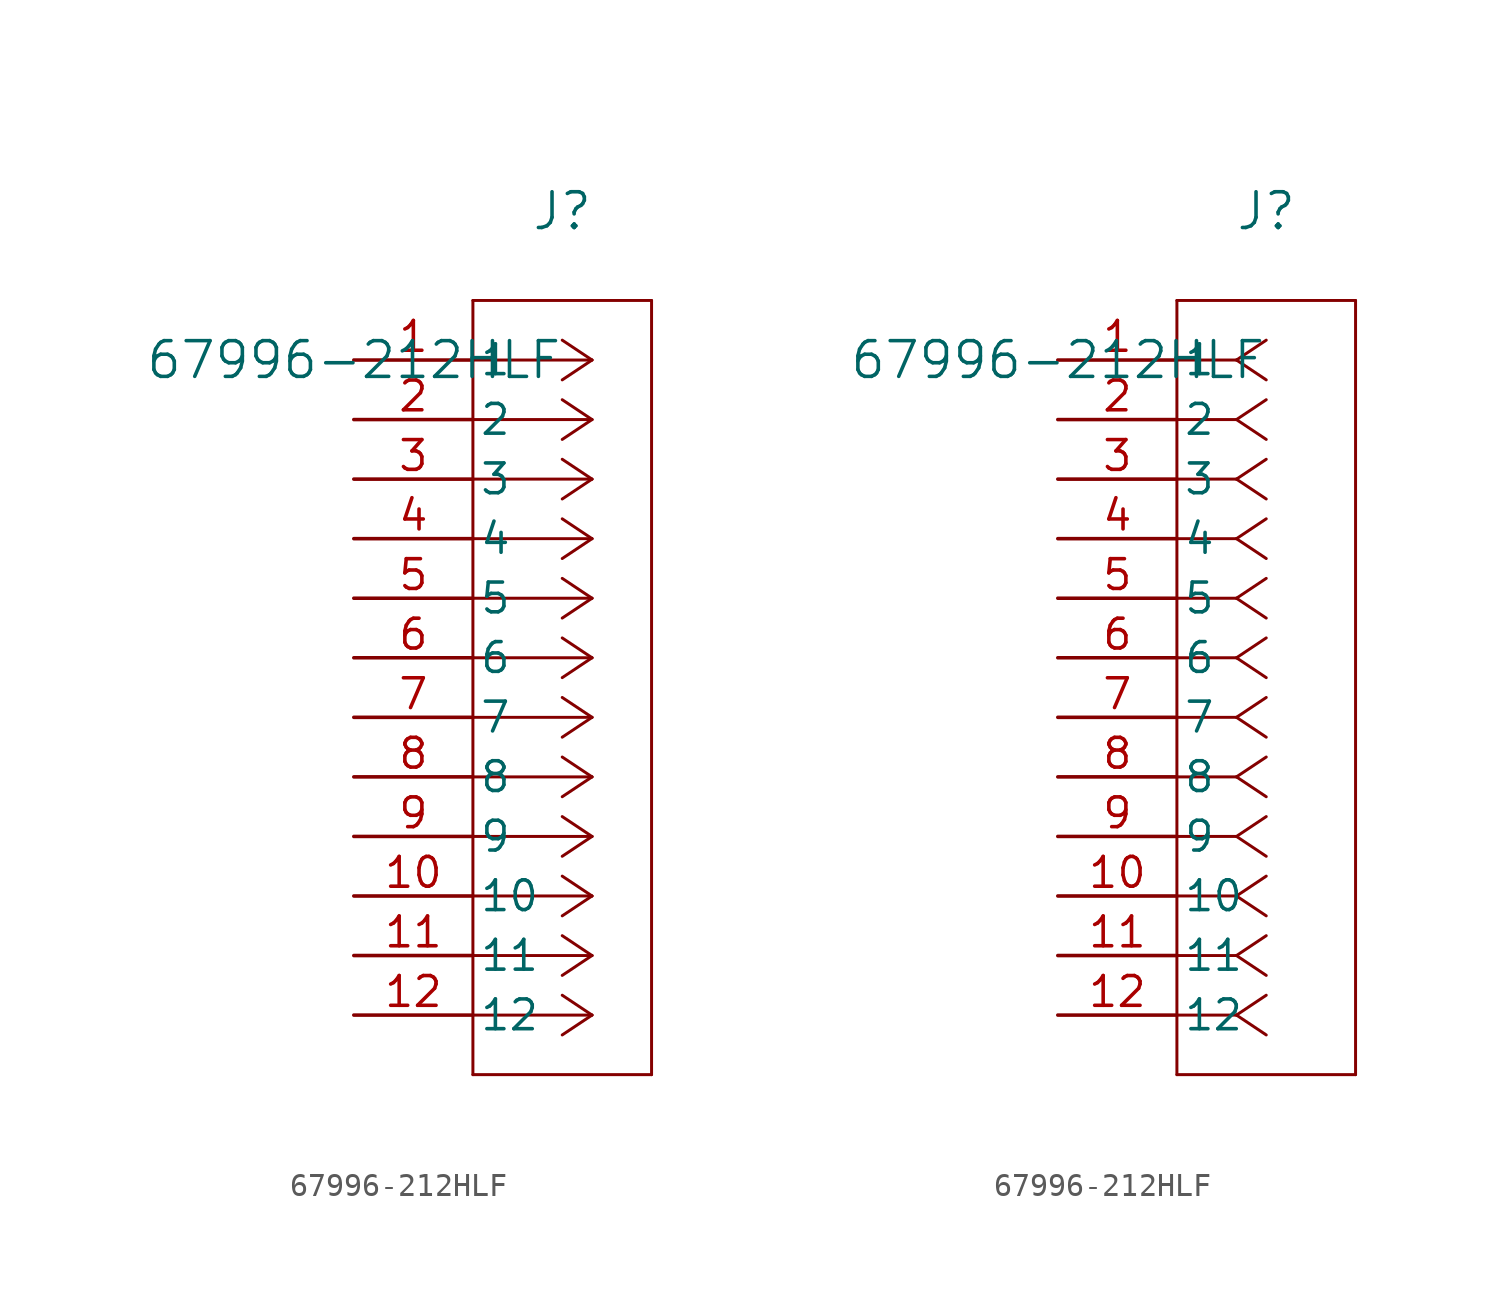
<source format=kicad_sym>
(kicad_symbol_lib
  (version 20211014)
  (generator kicad_symbol_editor)
  (symbol "67996-212HLF"
    (pin_names
      (offset 0.254))
    (property "Reference" "J"
      (at 8.89 6.35 0)
      (effects (font (size 1.524 1.524))))
    (property "Value" "67996-212HLF"
      (at 0 0 0)
      (effects (font (size 1.524 1.524))))
    (symbol "67996-212HLF_1_1"
      (polyline (pts (xy 10.16 0) (xy 5.08 0)) (stroke (width 0.127) (type default) (color 0 0 0 0)) (fill (type none)))
      (polyline (pts (xy 10.16 -2.54) (xy 5.08 -2.54)) (stroke (width 0.127) (type default) (color 0 0 0 0)) (fill (type none)))
      (polyline (pts (xy 10.16 -5.08) (xy 5.08 -5.08)) (stroke (width 0.127) (type default) (color 0 0 0 0)) (fill (type none)))
      (polyline (pts (xy 10.16 -7.62) (xy 5.08 -7.62)) (stroke (width 0.127) (type default) (color 0 0 0 0)) (fill (type none)))
      (polyline (pts (xy 10.16 -10.16) (xy 5.08 -10.16)) (stroke (width 0.127) (type default) (color 0 0 0 0)) (fill (type none)))
      (polyline (pts (xy 10.16 -12.7) (xy 5.08 -12.7)) (stroke (width 0.127) (type default) (color 0 0 0 0)) (fill (type none)))
      (polyline (pts (xy 10.16 -15.24) (xy 5.08 -15.24)) (stroke (width 0.127) (type default) (color 0 0 0 0)) (fill (type none)))
      (polyline (pts (xy 10.16 -17.78) (xy 5.08 -17.78)) (stroke (width 0.127) (type default) (color 0 0 0 0)) (fill (type none)))
      (polyline (pts (xy 10.16 -20.32) (xy 5.08 -20.32)) (stroke (width 0.127) (type default) (color 0 0 0 0)) (fill (type none)))
      (polyline (pts (xy 10.16 -22.86) (xy 5.08 -22.86)) (stroke (width 0.127) (type default) (color 0 0 0 0)) (fill (type none)))
      (polyline (pts (xy 10.16 -25.4) (xy 5.08 -25.4)) (stroke (width 0.127) (type default) (color 0 0 0 0)) (fill (type none)))
      (polyline (pts (xy 10.16 -27.94) (xy 5.08 -27.94)) (stroke (width 0.127) (type default) (color 0 0 0 0)) (fill (type none)))
      (polyline (pts (xy 10.16 0) (xy 8.89 0.847)) (stroke (width 0.127) (type default) (color 0 0 0 0)) (fill (type none)))
      (polyline (pts (xy 10.16 -2.54) (xy 8.89 -1.693)) (stroke (width 0.127) (type default) (color 0 0 0 0)) (fill (type none)))
      (polyline (pts (xy 10.16 -5.08) (xy 8.89 -4.233)) (stroke (width 0.127) (type default) (color 0 0 0 0)) (fill (type none)))
      (polyline (pts (xy 10.16 -7.62) (xy 8.89 -6.773)) (stroke (width 0.127) (type default) (color 0 0 0 0)) (fill (type none)))
      (polyline (pts (xy 10.16 -10.16) (xy 8.89 -9.313)) (stroke (width 0.127) (type default) (color 0 0 0 0)) (fill (type none)))
      (polyline (pts (xy 10.16 -12.7) (xy 8.89 -11.853)) (stroke (width 0.127) (type default) (color 0 0 0 0)) (fill (type none)))
      (polyline (pts (xy 10.16 -15.24) (xy 8.89 -14.393)) (stroke (width 0.127) (type default) (color 0 0 0 0)) (fill (type none)))
      (polyline (pts (xy 10.16 -17.78) (xy 8.89 -16.933)) (stroke (width 0.127) (type default) (color 0 0 0 0)) (fill (type none)))
      (polyline (pts (xy 10.16 -20.32) (xy 8.89 -19.473)) (stroke (width 0.127) (type default) (color 0 0 0 0)) (fill (type none)))
      (polyline (pts (xy 10.16 -22.86) (xy 8.89 -22.013)) (stroke (width 0.127) (type default) (color 0 0 0 0)) (fill (type none)))
      (polyline (pts (xy 10.16 -25.4) (xy 8.89 -24.553)) (stroke (width 0.127) (type default) (color 0 0 0 0)) (fill (type none)))
      (polyline (pts (xy 10.16 -27.94) (xy 8.89 -27.093)) (stroke (width 0.127) (type default) (color 0 0 0 0)) (fill (type none)))
      (polyline (pts (xy 10.16 0) (xy 8.89 -0.847)) (stroke (width 0.127) (type default) (color 0 0 0 0)) (fill (type none)))
      (polyline (pts (xy 10.16 -2.54) (xy 8.89 -3.387)) (stroke (width 0.127) (type default) (color 0 0 0 0)) (fill (type none)))
      (polyline (pts (xy 10.16 -5.08) (xy 8.89 -5.927)) (stroke (width 0.127) (type default) (color 0 0 0 0)) (fill (type none)))
      (polyline (pts (xy 10.16 -7.62) (xy 8.89 -8.467)) (stroke (width 0.127) (type default) (color 0 0 0 0)) (fill (type none)))
      (polyline (pts (xy 10.16 -10.16) (xy 8.89 -11.007)) (stroke (width 0.127) (type default) (color 0 0 0 0)) (fill (type none)))
      (polyline (pts (xy 10.16 -12.7) (xy 8.89 -13.547)) (stroke (width 0.127) (type default) (color 0 0 0 0)) (fill (type none)))
      (polyline (pts (xy 10.16 -15.24) (xy 8.89 -16.087)) (stroke (width 0.127) (type default) (color 0 0 0 0)) (fill (type none)))
      (polyline (pts (xy 10.16 -17.78) (xy 8.89 -18.627)) (stroke (width 0.127) (type default) (color 0 0 0 0)) (fill (type none)))
      (polyline (pts (xy 10.16 -20.32) (xy 8.89 -21.167)) (stroke (width 0.127) (type default) (color 0 0 0 0)) (fill (type none)))
      (polyline (pts (xy 10.16 -22.86) (xy 8.89 -23.707)) (stroke (width 0.127) (type default) (color 0 0 0 0)) (fill (type none)))
      (polyline (pts (xy 10.16 -25.4) (xy 8.89 -26.247)) (stroke (width 0.127) (type default) (color 0 0 0 0)) (fill (type none)))
      (polyline (pts (xy 10.16 -27.94) (xy 8.89 -28.787)) (stroke (width 0.127) (type default) (color 0 0 0 0)) (fill (type none)))
      (polyline (pts (xy 5.08 2.54) (xy 5.08 -30.48)) (stroke (width 0.127) (type default) (color 0 0 0 0)) (fill (type none)))
      (polyline (pts (xy 5.08 -30.48) (xy 12.7 -30.48)) (stroke (width 0.127) (type default) (color 0 0 0 0)) (fill (type none)))
      (polyline (pts (xy 12.7 -30.48) (xy 12.7 2.54)) (stroke (width 0.127) (type default) (color 0 0 0 0)) (fill (type none)))
      (polyline (pts (xy 12.7 2.54) (xy 5.08 2.54)) (stroke (width 0.127) (type default) (color 0 0 0 0)) (fill (type none)))
      (pin unspecified line (at 0 0 0) (length 5.08) (name "1" (effects (font (size 1.27 1.27)))) (number "1" (effects (font (size 1.27 1.27)))))
      (pin unspecified line (at 0 -2.54 0) (length 5.08) (name "2" (effects (font (size 1.27 1.27)))) (number "2" (effects (font (size 1.27 1.27)))))
      (pin unspecified line (at 0 -5.08 0) (length 5.08) (name "3" (effects (font (size 1.27 1.27)))) (number "3" (effects (font (size 1.27 1.27)))))
      (pin unspecified line (at 0 -7.62 0) (length 5.08) (name "4" (effects (font (size 1.27 1.27)))) (number "4" (effects (font (size 1.27 1.27)))))
      (pin unspecified line (at 0 -10.16 0) (length 5.08) (name "5" (effects (font (size 1.27 1.27)))) (number "5" (effects (font (size 1.27 1.27)))))
      (pin unspecified line (at 0 -12.7 0) (length 5.08) (name "6" (effects (font (size 1.27 1.27)))) (number "6" (effects (font (size 1.27 1.27)))))
      (pin unspecified line (at 0 -15.24 0) (length 5.08) (name "7" (effects (font (size 1.27 1.27)))) (number "7" (effects (font (size 1.27 1.27)))))
      (pin unspecified line (at 0 -17.78 0) (length 5.08) (name "8" (effects (font (size 1.27 1.27)))) (number "8" (effects (font (size 1.27 1.27)))))
      (pin unspecified line (at 0 -20.32 0) (length 5.08) (name "9" (effects (font (size 1.27 1.27)))) (number "9" (effects (font (size 1.27 1.27)))))
      (pin unspecified line (at 0 -22.86 0) (length 5.08) (name "10" (effects (font (size 1.27 1.27)))) (number "10" (effects (font (size 1.27 1.27)))))
      (pin unspecified line (at 0 -25.4 0) (length 5.08) (name "11" (effects (font (size 1.27 1.27)))) (number "11" (effects (font (size 1.27 1.27)))))
      (pin unspecified line (at 0 -27.94 0) (length 5.08) (name "12" (effects (font (size 1.27 1.27)))) (number "12" (effects (font (size 1.27 1.27))))))
    (symbol "67996-212HLF_1_2"
      (polyline (pts (xy 7.62 0) (xy 5.08 0)) (stroke (width 0.127) (type default) (color 0 0 0 0)) (fill (type none)))
      (polyline (pts (xy 7.62 -2.54) (xy 5.08 -2.54)) (stroke (width 0.127) (type default) (color 0 0 0 0)) (fill (type none)))
      (polyline (pts (xy 7.62 -5.08) (xy 5.08 -5.08)) (stroke (width 0.127) (type default) (color 0 0 0 0)) (fill (type none)))
      (polyline (pts (xy 7.62 -7.62) (xy 5.08 -7.62)) (stroke (width 0.127) (type default) (color 0 0 0 0)) (fill (type none)))
      (polyline (pts (xy 7.62 -10.16) (xy 5.08 -10.16)) (stroke (width 0.127) (type default) (color 0 0 0 0)) (fill (type none)))
      (polyline (pts (xy 7.62 -12.7) (xy 5.08 -12.7)) (stroke (width 0.127) (type default) (color 0 0 0 0)) (fill (type none)))
      (polyline (pts (xy 7.62 -15.24) (xy 5.08 -15.24)) (stroke (width 0.127) (type default) (color 0 0 0 0)) (fill (type none)))
      (polyline (pts (xy 7.62 -17.78) (xy 5.08 -17.78)) (stroke (width 0.127) (type default) (color 0 0 0 0)) (fill (type none)))
      (polyline (pts (xy 7.62 -20.32) (xy 5.08 -20.32)) (stroke (width 0.127) (type default) (color 0 0 0 0)) (fill (type none)))
      (polyline (pts (xy 7.62 -22.86) (xy 5.08 -22.86)) (stroke (width 0.127) (type default) (color 0 0 0 0)) (fill (type none)))
      (polyline (pts (xy 7.62 -25.4) (xy 5.08 -25.4)) (stroke (width 0.127) (type default) (color 0 0 0 0)) (fill (type none)))
      (polyline (pts (xy 7.62 -27.94) (xy 5.08 -27.94)) (stroke (width 0.127) (type default) (color 0 0 0 0)) (fill (type none)))
      (polyline (pts (xy 7.62 0) (xy 8.89 0.847)) (stroke (width 0.127) (type default) (color 0 0 0 0)) (fill (type none)))
      (polyline (pts (xy 7.62 -2.54) (xy 8.89 -1.693)) (stroke (width 0.127) (type default) (color 0 0 0 0)) (fill (type none)))
      (polyline (pts (xy 7.62 -5.08) (xy 8.89 -4.233)) (stroke (width 0.127) (type default) (color 0 0 0 0)) (fill (type none)))
      (polyline (pts (xy 7.62 -7.62) (xy 8.89 -6.773)) (stroke (width 0.127) (type default) (color 0 0 0 0)) (fill (type none)))
      (polyline (pts (xy 7.62 -10.16) (xy 8.89 -9.313)) (stroke (width 0.127) (type default) (color 0 0 0 0)) (fill (type none)))
      (polyline (pts (xy 7.62 -12.7) (xy 8.89 -11.853)) (stroke (width 0.127) (type default) (color 0 0 0 0)) (fill (type none)))
      (polyline (pts (xy 7.62 -15.24) (xy 8.89 -14.393)) (stroke (width 0.127) (type default) (color 0 0 0 0)) (fill (type none)))
      (polyline (pts (xy 7.62 -17.78) (xy 8.89 -16.933)) (stroke (width 0.127) (type default) (color 0 0 0 0)) (fill (type none)))
      (polyline (pts (xy 7.62 -20.32) (xy 8.89 -19.473)) (stroke (width 0.127) (type default) (color 0 0 0 0)) (fill (type none)))
      (polyline (pts (xy 7.62 -22.86) (xy 8.89 -22.013)) (stroke (width 0.127) (type default) (color 0 0 0 0)) (fill (type none)))
      (polyline (pts (xy 7.62 -25.4) (xy 8.89 -24.553)) (stroke (width 0.127) (type default) (color 0 0 0 0)) (fill (type none)))
      (polyline (pts (xy 7.62 -27.94) (xy 8.89 -27.093)) (stroke (width 0.127) (type default) (color 0 0 0 0)) (fill (type none)))
      (polyline (pts (xy 7.62 0) (xy 8.89 -0.847)) (stroke (width 0.127) (type default) (color 0 0 0 0)) (fill (type none)))
      (polyline (pts (xy 7.62 -2.54) (xy 8.89 -3.387)) (stroke (width 0.127) (type default) (color 0 0 0 0)) (fill (type none)))
      (polyline (pts (xy 7.62 -5.08) (xy 8.89 -5.927)) (stroke (width 0.127) (type default) (color 0 0 0 0)) (fill (type none)))
      (polyline (pts (xy 7.62 -7.62) (xy 8.89 -8.467)) (stroke (width 0.127) (type default) (color 0 0 0 0)) (fill (type none)))
      (polyline (pts (xy 7.62 -10.16) (xy 8.89 -11.007)) (stroke (width 0.127) (type default) (color 0 0 0 0)) (fill (type none)))
      (polyline (pts (xy 7.62 -12.7) (xy 8.89 -13.547)) (stroke (width 0.127) (type default) (color 0 0 0 0)) (fill (type none)))
      (polyline (pts (xy 7.62 -15.24) (xy 8.89 -16.087)) (stroke (width 0.127) (type default) (color 0 0 0 0)) (fill (type none)))
      (polyline (pts (xy 7.62 -17.78) (xy 8.89 -18.627)) (stroke (width 0.127) (type default) (color 0 0 0 0)) (fill (type none)))
      (polyline (pts (xy 7.62 -20.32) (xy 8.89 -21.167)) (stroke (width 0.127) (type default) (color 0 0 0 0)) (fill (type none)))
      (polyline (pts (xy 7.62 -22.86) (xy 8.89 -23.707)) (stroke (width 0.127) (type default) (color 0 0 0 0)) (fill (type none)))
      (polyline (pts (xy 7.62 -25.4) (xy 8.89 -26.247)) (stroke (width 0.127) (type default) (color 0 0 0 0)) (fill (type none)))
      (polyline (pts (xy 7.62 -27.94) (xy 8.89 -28.787)) (stroke (width 0.127) (type default) (color 0 0 0 0)) (fill (type none)))
      (polyline (pts (xy 5.08 2.54) (xy 5.08 -30.48)) (stroke (width 0.127) (type default) (color 0 0 0 0)) (fill (type none)))
      (polyline (pts (xy 5.08 -30.48) (xy 12.7 -30.48)) (stroke (width 0.127) (type default) (color 0 0 0 0)) (fill (type none)))
      (polyline (pts (xy 12.7 -30.48) (xy 12.7 2.54)) (stroke (width 0.127) (type default) (color 0 0 0 0)) (fill (type none)))
      (polyline (pts (xy 12.7 2.54) (xy 5.08 2.54)) (stroke (width 0.127) (type default) (color 0 0 0 0)) (fill (type none)))
      (pin unspecified line (at 0 0 0) (length 5.08) (name "1" (effects (font (size 1.27 1.27)))) (number "1" (effects (font (size 1.27 1.27)))))
      (pin unspecified line (at 0 -2.54 0) (length 5.08) (name "2" (effects (font (size 1.27 1.27)))) (number "2" (effects (font (size 1.27 1.27)))))
      (pin unspecified line (at 0 -5.08 0) (length 5.08) (name "3" (effects (font (size 1.27 1.27)))) (number "3" (effects (font (size 1.27 1.27)))))
      (pin unspecified line (at 0 -7.62 0) (length 5.08) (name "4" (effects (font (size 1.27 1.27)))) (number "4" (effects (font (size 1.27 1.27)))))
      (pin unspecified line (at 0 -10.16 0) (length 5.08) (name "5" (effects (font (size 1.27 1.27)))) (number "5" (effects (font (size 1.27 1.27)))))
      (pin unspecified line (at 0 -12.7 0) (length 5.08) (name "6" (effects (font (size 1.27 1.27)))) (number "6" (effects (font (size 1.27 1.27)))))
      (pin unspecified line (at 0 -15.24 0) (length 5.08) (name "7" (effects (font (size 1.27 1.27)))) (number "7" (effects (font (size 1.27 1.27)))))
      (pin unspecified line (at 0 -17.78 0) (length 5.08) (name "8" (effects (font (size 1.27 1.27)))) (number "8" (effects (font (size 1.27 1.27)))))
      (pin unspecified line (at 0 -20.32 0) (length 5.08) (name "9" (effects (font (size 1.27 1.27)))) (number "9" (effects (font (size 1.27 1.27)))))
      (pin unspecified line (at 0 -22.86 0) (length 5.08) (name "10" (effects (font (size 1.27 1.27)))) (number "10" (effects (font (size 1.27 1.27)))))
      (pin unspecified line (at 0 -25.4 0) (length 5.08) (name "11" (effects (font (size 1.27 1.27)))) (number "11" (effects (font (size 1.27 1.27)))))
      (pin unspecified line (at 0 -27.94 0) (length 5.08) (name "12" (effects (font (size 1.27 1.27)))) (number "12" (effects (font (size 1.27 1.27))))))))
</source>
